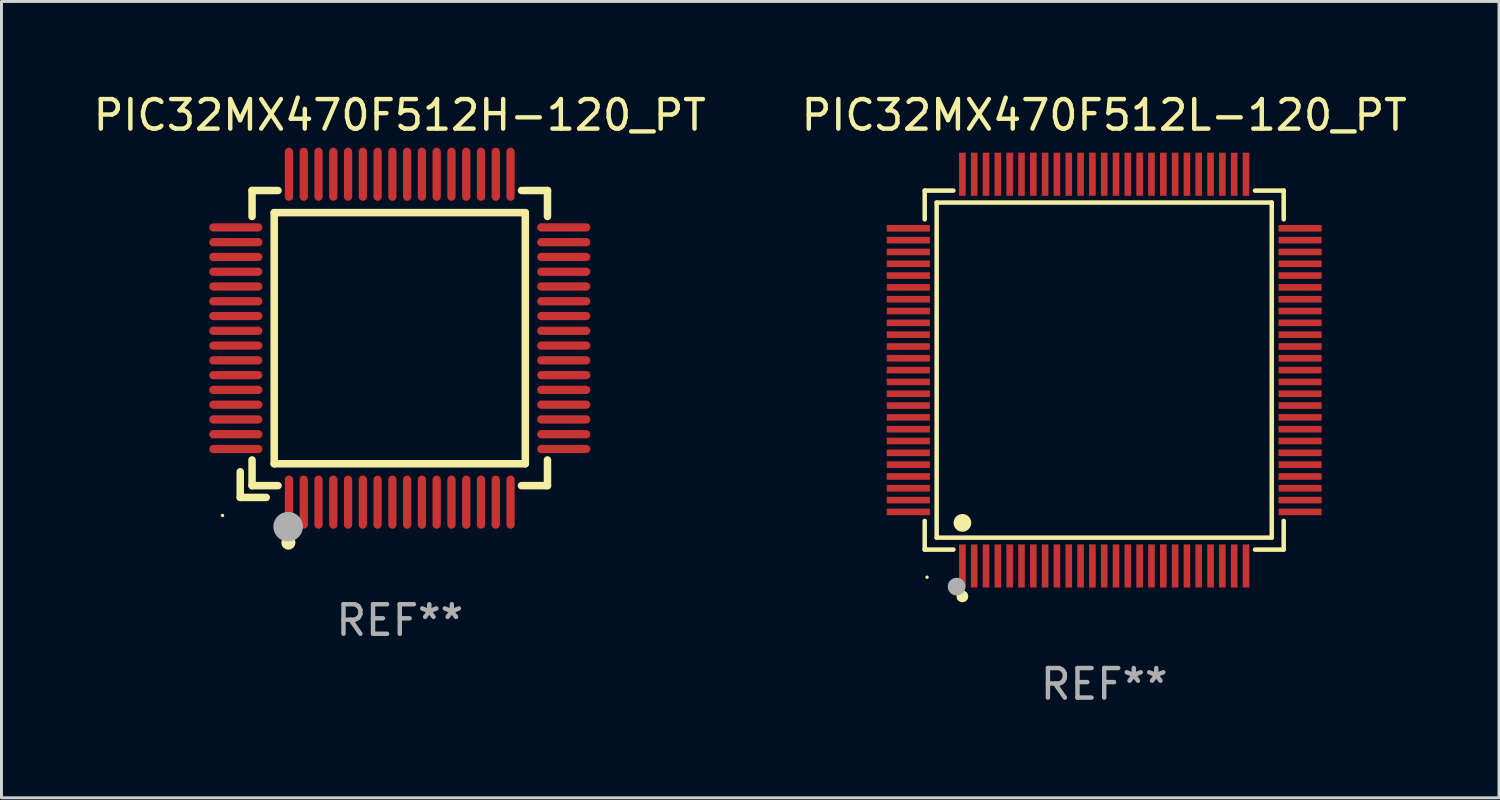
<source format=kicad_pcb>
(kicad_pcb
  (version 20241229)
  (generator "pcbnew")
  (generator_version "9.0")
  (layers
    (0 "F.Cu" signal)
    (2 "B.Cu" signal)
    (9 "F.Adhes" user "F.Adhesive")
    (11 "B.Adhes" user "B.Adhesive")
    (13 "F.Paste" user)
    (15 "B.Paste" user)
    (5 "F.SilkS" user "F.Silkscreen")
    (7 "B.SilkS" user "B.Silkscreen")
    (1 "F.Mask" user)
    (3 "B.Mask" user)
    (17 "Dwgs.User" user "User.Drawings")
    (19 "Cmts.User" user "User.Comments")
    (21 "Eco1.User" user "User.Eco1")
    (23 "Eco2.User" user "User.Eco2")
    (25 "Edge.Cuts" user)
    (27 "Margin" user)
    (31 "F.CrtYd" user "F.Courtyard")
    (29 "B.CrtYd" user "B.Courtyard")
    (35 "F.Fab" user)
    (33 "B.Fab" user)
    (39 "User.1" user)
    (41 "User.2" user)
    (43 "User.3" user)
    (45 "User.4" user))
  (footprint "PIC32MX470F512H-120_PT"
    (layer "F.Cu")
    (at 10.482 8.398)
    (property "Reference" "PIC32MX470F512H-120_PT" (at 0 -7.55 0) (layer "F.SilkS") (effects (font (size 1 1) (thickness 0.15))))
    (attr through_hole)
    (fp_line (start -5.4 4.521) (end -5.4 5.39) (stroke (width 0.254) (type solid)) (layer "F.SilkS"))
    (fp_line (start -5.4 5.39) (end -4.521 5.39) (stroke (width 0.254) (type solid)) (layer "F.SilkS"))
    (fp_line (start -5 -5) (end -5 -4.121) (stroke (width 0.254) (type solid)) (layer "F.SilkS"))
    (fp_line (start -5 4.121) (end -5 4.99) (stroke (width 0.254) (type solid)) (layer "F.SilkS"))
    (fp_line (start -5 4.99) (end -4.121 4.99) (stroke (width 0.254) (type solid)) (layer "F.SilkS"))
    (fp_line (start -4.25 -4.25) (end -4.25 4.25) (stroke (width 0.254) (type solid)) (layer "F.SilkS"))
    (fp_line (start -4.25 4.25) (end 4.25 4.25) (stroke (width 0.254) (type solid)) (layer "F.SilkS"))
    (fp_line (start -4.121 -5) (end -5 -5) (stroke (width 0.254) (type solid)) (layer "F.SilkS"))
    (fp_line (start 4.121 4.99) (end 5 4.99) (stroke (width 0.254) (type solid)) (layer "F.SilkS"))
    (fp_line (start 4.25 -4.25) (end -4.25 -4.25) (stroke (width 0.254) (type solid)) (layer "F.SilkS"))
    (fp_line (start 4.25 4.25) (end 4.25 -4.25) (stroke (width 0.254) (type solid)) (layer "F.SilkS"))
    (fp_line (start 5 -5) (end 4.121 -5) (stroke (width 0.254) (type solid)) (layer "F.SilkS"))
    (fp_line (start 5 -4.121) (end 5 -5) (stroke (width 0.254) (type solid)) (layer "F.SilkS"))
    (fp_line (start 5 4.99) (end 5 4.121) (stroke (width 0.254) (type solid)) (layer "F.SilkS"))
    (fp_circle (center -6 6) (end -5.97 6) (stroke (width 0.06) (type solid)) (fill no) (layer "F.SilkS"))
    (fp_circle (center -3.77 6.92) (end -3.65 6.92) (stroke (width 0.24) (type solid)) (fill no) (layer "F.SilkS"))
    (fp_circle (center -3.78 6.38) (end -3.53 6.38) (stroke (width 0.5) (type solid)) (fill no) (layer "F.Fab"))
    (fp_text user "REF**" (at 0 9.55 0) (layer "F.Fab") (effects (font (size 1 1) (thickness 0.15))))
    (pad "1" smd oval (at -3.75 5.55) (size 0.28 1.8) (layers "F.Cu" "F.Mask" "F.Paste"))
    (pad "2" smd oval (at -3.25 5.55) (size 0.28 1.8) (layers "F.Cu" "F.Mask" "F.Paste"))
    (pad "3" smd oval (at -2.75 5.55) (size 0.28 1.8) (layers "F.Cu" "F.Mask" "F.Paste"))
    (pad "4" smd oval (at -2.25 5.55) (size 0.28 1.8) (layers "F.Cu" "F.Mask" "F.Paste"))
    (pad "5" smd oval (at -1.75 5.55) (size 0.28 1.8) (layers "F.Cu" "F.Mask" "F.Paste"))
    (pad "6" smd oval (at -1.25 5.55) (size 0.28 1.8) (layers "F.Cu" "F.Mask" "F.Paste"))
    (pad "7" smd oval (at -0.75 5.55) (size 0.28 1.8) (layers "F.Cu" "F.Mask" "F.Paste"))
    (pad "8" smd oval (at -0.25 5.55) (size 0.28 1.8) (layers "F.Cu" "F.Mask" "F.Paste"))
    (pad "9" smd oval (at 0.25 5.55) (size 0.28 1.8) (layers "F.Cu" "F.Mask" "F.Paste"))
    (pad "10" smd oval (at 0.75 5.55) (size 0.28 1.8) (layers "F.Cu" "F.Mask" "F.Paste"))
    (pad "11" smd oval (at 1.25 5.55) (size 0.28 1.8) (layers "F.Cu" "F.Mask" "F.Paste"))
    (pad "12" smd oval (at 1.75 5.55) (size 0.28 1.8) (layers "F.Cu" "F.Mask" "F.Paste"))
    (pad "13" smd oval (at 2.25 5.55) (size 0.28 1.8) (layers "F.Cu" "F.Mask" "F.Paste"))
    (pad "14" smd oval (at 2.75 5.55) (size 0.28 1.8) (layers "F.Cu" "F.Mask" "F.Paste"))
    (pad "15" smd oval (at 3.25 5.55) (size 0.28 1.8) (layers "F.Cu" "F.Mask" "F.Paste"))
    (pad "16" smd oval (at 3.75 5.55) (size 0.28 1.8) (layers "F.Cu" "F.Mask" "F.Paste"))
    (pad "17" smd oval (at 5.55 3.75) (size 1.8 0.28) (layers "F.Cu" "F.Mask" "F.Paste"))
    (pad "18" smd oval (at 5.55 3.25) (size 1.8 0.28) (layers "F.Cu" "F.Mask" "F.Paste"))
    (pad "19" smd oval (at 5.55 2.75) (size 1.8 0.28) (layers "F.Cu" "F.Mask" "F.Paste"))
    (pad "20" smd oval (at 5.55 2.25) (size 1.8 0.28) (layers "F.Cu" "F.Mask" "F.Paste"))
    (pad "21" smd oval (at 5.55 1.75) (size 1.8 0.28) (layers "F.Cu" "F.Mask" "F.Paste"))
    (pad "22" smd oval (at 5.55 1.25) (size 1.8 0.28) (layers "F.Cu" "F.Mask" "F.Paste"))
    (pad "23" smd oval (at 5.55 0.75) (size 1.8 0.28) (layers "F.Cu" "F.Mask" "F.Paste"))
    (pad "24" smd oval (at 5.55 0.25) (size 1.8 0.28) (layers "F.Cu" "F.Mask" "F.Paste"))
    (pad "25" smd oval (at 5.55 -0.25) (size 1.8 0.28) (layers "F.Cu" "F.Mask" "F.Paste"))
    (pad "26" smd oval (at 5.55 -0.75) (size 1.8 0.28) (layers "F.Cu" "F.Mask" "F.Paste"))
    (pad "27" smd oval (at 5.55 -1.25) (size 1.8 0.28) (layers "F.Cu" "F.Mask" "F.Paste"))
    (pad "28" smd oval (at 5.55 -1.75) (size 1.8 0.28) (layers "F.Cu" "F.Mask" "F.Paste"))
    (pad "29" smd oval (at 5.55 -2.25) (size 1.8 0.28) (layers "F.Cu" "F.Mask" "F.Paste"))
    (pad "30" smd oval (at 5.55 -2.75) (size 1.8 0.28) (layers "F.Cu" "F.Mask" "F.Paste"))
    (pad "31" smd oval (at 5.55 -3.25) (size 1.8 0.28) (layers "F.Cu" "F.Mask" "F.Paste"))
    (pad "32" smd oval (at 5.55 -3.75) (size 1.8 0.28) (layers "F.Cu" "F.Mask" "F.Paste"))
    (pad "33" smd oval (at 3.75 -5.55) (size 0.28 1.8) (layers "F.Cu" "F.Mask" "F.Paste"))
    (pad "34" smd oval (at 3.25 -5.55) (size 0.28 1.8) (layers "F.Cu" "F.Mask" "F.Paste"))
    (pad "35" smd oval (at 2.75 -5.55) (size 0.28 1.8) (layers "F.Cu" "F.Mask" "F.Paste"))
    (pad "36" smd oval (at 2.25 -5.55) (size 0.28 1.8) (layers "F.Cu" "F.Mask" "F.Paste"))
    (pad "37" smd oval (at 1.75 -5.55) (size 0.28 1.8) (layers "F.Cu" "F.Mask" "F.Paste"))
    (pad "38" smd oval (at 1.25 -5.55) (size 0.28 1.8) (layers "F.Cu" "F.Mask" "F.Paste"))
    (pad "39" smd oval (at 0.75 -5.55) (size 0.28 1.8) (layers "F.Cu" "F.Mask" "F.Paste"))
    (pad "40" smd oval (at 0.25 -5.55) (size 0.28 1.8) (layers "F.Cu" "F.Mask" "F.Paste"))
    (pad "41" smd oval (at -0.25 -5.55) (size 0.28 1.8) (layers "F.Cu" "F.Mask" "F.Paste"))
    (pad "42" smd oval (at -0.75 -5.55) (size 0.28 1.8) (layers "F.Cu" "F.Mask" "F.Paste"))
    (pad "43" smd oval (at -1.25 -5.55) (size 0.28 1.8) (layers "F.Cu" "F.Mask" "F.Paste"))
    (pad "44" smd oval (at -1.75 -5.55) (size 0.28 1.8) (layers "F.Cu" "F.Mask" "F.Paste"))
    (pad "45" smd oval (at -2.25 -5.55) (size 0.28 1.8) (layers "F.Cu" "F.Mask" "F.Paste"))
    (pad "46" smd oval (at -2.75 -5.55) (size 0.28 1.8) (layers "F.Cu" "F.Mask" "F.Paste"))
    (pad "47" smd oval (at -3.25 -5.55) (size 0.28 1.8) (layers "F.Cu" "F.Mask" "F.Paste"))
    (pad "48" smd oval (at -3.75 -5.55) (size 0.28 1.8) (layers "F.Cu" "F.Mask" "F.Paste"))
    (pad "49" smd oval (at -5.55 -3.75) (size 1.8 0.28) (layers "F.Cu" "F.Mask" "F.Paste"))
    (pad "50" smd oval (at -5.55 -3.25) (size 1.8 0.28) (layers "F.Cu" "F.Mask" "F.Paste"))
    (pad "51" smd oval (at -5.55 -2.75) (size 1.8 0.28) (layers "F.Cu" "F.Mask" "F.Paste"))
    (pad "52" smd oval (at -5.55 -2.25) (size 1.8 0.28) (layers "F.Cu" "F.Mask" "F.Paste"))
    (pad "53" smd oval (at -5.55 -1.75) (size 1.8 0.28) (layers "F.Cu" "F.Mask" "F.Paste"))
    (pad "54" smd oval (at -5.55 -1.25) (size 1.8 0.28) (layers "F.Cu" "F.Mask" "F.Paste"))
    (pad "55" smd oval (at -5.55 -0.75) (size 1.8 0.28) (layers "F.Cu" "F.Mask" "F.Paste"))
    (pad "56" smd oval (at -5.55 -0.25) (size 1.8 0.28) (layers "F.Cu" "F.Mask" "F.Paste"))
    (pad "57" smd oval (at -5.55 0.25) (size 1.8 0.28) (layers "F.Cu" "F.Mask" "F.Paste"))
    (pad "58" smd oval (at -5.55 0.75) (size 1.8 0.28) (layers "F.Cu" "F.Mask" "F.Paste"))
    (pad "59" smd oval (at -5.55 1.25) (size 1.8 0.28) (layers "F.Cu" "F.Mask" "F.Paste"))
    (pad "60" smd oval (at -5.55 1.75) (size 1.8 0.28) (layers "F.Cu" "F.Mask" "F.Paste"))
    (pad "61" smd oval (at -5.55 2.25) (size 1.8 0.28) (layers "F.Cu" "F.Mask" "F.Paste"))
    (pad "62" smd oval (at -5.55 2.75) (size 1.8 0.28) (layers "F.Cu" "F.Mask" "F.Paste"))
    (pad "63" smd oval (at -5.55 3.25) (size 1.8 0.28) (layers "F.Cu" "F.Mask" "F.Paste"))
    (pad "64" smd oval (at -5.55 3.75) (size 1.8 0.28) (layers "F.Cu" "F.Mask" "F.Paste")))
  (footprint "PIC32MX470F512L-120_PT"
    (layer "F.Cu")
    (at 34.327 9.478)
    (property "Reference" "PIC32MX470F512L-120_PT" (at 0 -8.63 0) (layer "F.SilkS") (effects (font (size 1 1) (thickness 0.15))))
    (attr through_hole)
    (fp_line (start -6.076 -6.076) (end -5.103 -6.076) (stroke (width 0.152) (type solid)) (layer "F.SilkS"))
    (fp_line (start -6.076 -5.103) (end -6.076 -6.076) (stroke (width 0.152) (type solid)) (layer "F.SilkS"))
    (fp_line (start -6.076 5.103) (end -6.076 6.076) (stroke (width 0.152) (type solid)) (layer "F.SilkS"))
    (fp_line (start -6.076 6.076) (end -5.103 6.076) (stroke (width 0.152) (type solid)) (layer "F.SilkS"))
    (fp_line (start -5.671 -5.671) (end 5.671 -5.671) (stroke (width 0.152) (type solid)) (layer "F.SilkS"))
    (fp_line (start -5.671 5.671) (end -5.671 -5.671) (stroke (width 0.152) (type solid)) (layer "F.SilkS"))
    (fp_line (start 5.671 -5.671) (end 5.671 5.671) (stroke (width 0.152) (type solid)) (layer "F.SilkS"))
    (fp_line (start 5.671 5.671) (end -5.671 5.671) (stroke (width 0.152) (type solid)) (layer "F.SilkS"))
    (fp_line (start 6.076 -6.076) (end 5.103 -6.076) (stroke (width 0.152) (type solid)) (layer "F.SilkS"))
    (fp_line (start 6.076 -5.103) (end 6.076 -6.076) (stroke (width 0.152) (type solid)) (layer "F.SilkS"))
    (fp_line (start 6.076 5.103) (end 6.076 6.076) (stroke (width 0.152) (type solid)) (layer "F.SilkS"))
    (fp_line (start 6.076 6.076) (end 5.103 6.076) (stroke (width 0.152) (type solid)) (layer "F.SilkS"))
    (fp_circle (center -5.997 7.01) (end -5.967 7.01) (stroke (width 0.06) (type solid)) (fill no) (layer "F.SilkS"))
    (fp_circle (center -4.8 5.171) (end -4.65 5.171) (stroke (width 0.3) (type solid)) (fill no) (layer "F.SilkS"))
    (fp_circle (center -4.8 7.66) (end -4.7 7.66) (stroke (width 0.2) (type solid)) (fill no) (layer "F.SilkS"))
    (fp_circle (center -4.996 7.329) (end -4.846 7.329) (stroke (width 0.3) (type solid)) (fill no) (layer "F.Fab"))
    (fp_text user "REF**" (at 0 10.63 0) (layer "F.Fab") (effects (font (size 1 1) (thickness 0.15))))
    (pad "1" smd rect (at -4.8 6.63) (size 0.224 1.46) (layers "F.Cu" "F.Mask" "F.Paste"))
    (pad "2" smd rect (at -4.4 6.63) (size 0.224 1.46) (layers "F.Cu" "F.Mask" "F.Paste"))
    (pad "3" smd rect (at -4 6.63) (size 0.224 1.46) (layers "F.Cu" "F.Mask" "F.Paste"))
    (pad "4" smd rect (at -3.6 6.63) (size 0.224 1.46) (layers "F.Cu" "F.Mask" "F.Paste"))
    (pad "5" smd rect (at -3.2 6.63) (size 0.224 1.46) (layers "F.Cu" "F.Mask" "F.Paste"))
    (pad "6" smd rect (at -2.8 6.63) (size 0.224 1.46) (layers "F.Cu" "F.Mask" "F.Paste"))
    (pad "7" smd rect (at -2.4 6.63) (size 0.224 1.46) (layers "F.Cu" "F.Mask" "F.Paste"))
    (pad "8" smd rect (at -2 6.63) (size 0.224 1.46) (layers "F.Cu" "F.Mask" "F.Paste"))
    (pad "9" smd rect (at -1.6 6.63) (size 0.224 1.46) (layers "F.Cu" "F.Mask" "F.Paste"))
    (pad "10" smd rect (at -1.2 6.63) (size 0.224 1.46) (layers "F.Cu" "F.Mask" "F.Paste"))
    (pad "11" smd rect (at -0.8 6.63) (size 0.224 1.46) (layers "F.Cu" "F.Mask" "F.Paste"))
    (pad "12" smd rect (at -0.4 6.63) (size 0.224 1.46) (layers "F.Cu" "F.Mask" "F.Paste"))
    (pad "13" smd rect (at 0 6.63) (size 0.224 1.46) (layers "F.Cu" "F.Mask" "F.Paste"))
    (pad "14" smd rect (at 0.4 6.63) (size 0.224 1.46) (layers "F.Cu" "F.Mask" "F.Paste"))
    (pad "15" smd rect (at 0.8 6.63) (size 0.224 1.46) (layers "F.Cu" "F.Mask" "F.Paste"))
    (pad "16" smd rect (at 1.2 6.63) (size 0.224 1.46) (layers "F.Cu" "F.Mask" "F.Paste"))
    (pad "17" smd rect (at 1.6 6.63) (size 0.224 1.46) (layers "F.Cu" "F.Mask" "F.Paste"))
    (pad "18" smd rect (at 2 6.63) (size 0.224 1.46) (layers "F.Cu" "F.Mask" "F.Paste"))
    (pad "19" smd rect (at 2.4 6.63) (size 0.224 1.46) (layers "F.Cu" "F.Mask" "F.Paste"))
    (pad "20" smd rect (at 2.8 6.63) (size 0.224 1.46) (layers "F.Cu" "F.Mask" "F.Paste"))
    (pad "21" smd rect (at 3.2 6.63) (size 0.224 1.46) (layers "F.Cu" "F.Mask" "F.Paste"))
    (pad "22" smd rect (at 3.6 6.63) (size 0.224 1.46) (layers "F.Cu" "F.Mask" "F.Paste"))
    (pad "23" smd rect (at 4 6.63) (size 0.224 1.46) (layers "F.Cu" "F.Mask" "F.Paste"))
    (pad "24" smd rect (at 4.4 6.63) (size 0.224 1.46) (layers "F.Cu" "F.Mask" "F.Paste"))
    (pad "25" smd rect (at 4.8 6.63) (size 0.224 1.46) (layers "F.Cu" "F.Mask" "F.Paste"))
    (pad "26" smd rect (at 6.63 4.8) (size 1.46 0.224) (layers "F.Cu" "F.Mask" "F.Paste"))
    (pad "27" smd rect (at 6.63 4.4) (size 1.46 0.224) (layers "F.Cu" "F.Mask" "F.Paste"))
    (pad "28" smd rect (at 6.63 4) (size 1.46 0.224) (layers "F.Cu" "F.Mask" "F.Paste"))
    (pad "29" smd rect (at 6.63 3.6) (size 1.46 0.224) (layers "F.Cu" "F.Mask" "F.Paste"))
    (pad "30" smd rect (at 6.63 3.2) (size 1.46 0.224) (layers "F.Cu" "F.Mask" "F.Paste"))
    (pad "31" smd rect (at 6.63 2.8) (size 1.46 0.224) (layers "F.Cu" "F.Mask" "F.Paste"))
    (pad "32" smd rect (at 6.63 2.4) (size 1.46 0.224) (layers "F.Cu" "F.Mask" "F.Paste"))
    (pad "33" smd rect (at 6.63 2) (size 1.46 0.224) (layers "F.Cu" "F.Mask" "F.Paste"))
    (pad "34" smd rect (at 6.63 1.6) (size 1.46 0.224) (layers "F.Cu" "F.Mask" "F.Paste"))
    (pad "35" smd rect (at 6.63 1.2) (size 1.46 0.224) (layers "F.Cu" "F.Mask" "F.Paste"))
    (pad "36" smd rect (at 6.63 0.8) (size 1.46 0.224) (layers "F.Cu" "F.Mask" "F.Paste"))
    (pad "37" smd rect (at 6.63 0.4) (size 1.46 0.224) (layers "F.Cu" "F.Mask" "F.Paste"))
    (pad "38" smd rect (at 6.63 0) (size 1.46 0.224) (layers "F.Cu" "F.Mask" "F.Paste"))
    (pad "39" smd rect (at 6.63 -0.4) (size 1.46 0.224) (layers "F.Cu" "F.Mask" "F.Paste"))
    (pad "40" smd rect (at 6.63 -0.8) (size 1.46 0.224) (layers "F.Cu" "F.Mask" "F.Paste"))
    (pad "41" smd rect (at 6.63 -1.2) (size 1.46 0.224) (layers "F.Cu" "F.Mask" "F.Paste"))
    (pad "42" smd rect (at 6.63 -1.6) (size 1.46 0.224) (layers "F.Cu" "F.Mask" "F.Paste"))
    (pad "43" smd rect (at 6.63 -2) (size 1.46 0.224) (layers "F.Cu" "F.Mask" "F.Paste"))
    (pad "44" smd rect (at 6.63 -2.4) (size 1.46 0.224) (layers "F.Cu" "F.Mask" "F.Paste"))
    (pad "45" smd rect (at 6.63 -2.8) (size 1.46 0.224) (layers "F.Cu" "F.Mask" "F.Paste"))
    (pad "46" smd rect (at 6.63 -3.2) (size 1.46 0.224) (layers "F.Cu" "F.Mask" "F.Paste"))
    (pad "47" smd rect (at 6.63 -3.6) (size 1.46 0.224) (layers "F.Cu" "F.Mask" "F.Paste"))
    (pad "48" smd rect (at 6.63 -4) (size 1.46 0.224) (layers "F.Cu" "F.Mask" "F.Paste"))
    (pad "49" smd rect (at 6.63 -4.4) (size 1.46 0.224) (layers "F.Cu" "F.Mask" "F.Paste"))
    (pad "50" smd rect (at 6.63 -4.8) (size 1.46 0.224) (layers "F.Cu" "F.Mask" "F.Paste"))
    (pad "51" smd rect (at 4.8 -6.63) (size 0.224 1.46) (layers "F.Cu" "F.Mask" "F.Paste"))
    (pad "52" smd rect (at 4.4 -6.63) (size 0.224 1.46) (layers "F.Cu" "F.Mask" "F.Paste"))
    (pad "53" smd rect (at 4 -6.63) (size 0.224 1.46) (layers "F.Cu" "F.Mask" "F.Paste"))
    (pad "54" smd rect (at 3.6 -6.63) (size 0.224 1.46) (layers "F.Cu" "F.Mask" "F.Paste"))
    (pad "55" smd rect (at 3.2 -6.63) (size 0.224 1.46) (layers "F.Cu" "F.Mask" "F.Paste"))
    (pad "56" smd rect (at 2.8 -6.63) (size 0.224 1.46) (layers "F.Cu" "F.Mask" "F.Paste"))
    (pad "57" smd rect (at 2.4 -6.63) (size 0.224 1.46) (layers "F.Cu" "F.Mask" "F.Paste"))
    (pad "58" smd rect (at 2 -6.63) (size 0.224 1.46) (layers "F.Cu" "F.Mask" "F.Paste"))
    (pad "59" smd rect (at 1.6 -6.63) (size 0.224 1.46) (layers "F.Cu" "F.Mask" "F.Paste"))
    (pad "60" smd rect (at 1.2 -6.63) (size 0.224 1.46) (layers "F.Cu" "F.Mask" "F.Paste"))
    (pad "61" smd rect (at 0.8 -6.63) (size 0.224 1.46) (layers "F.Cu" "F.Mask" "F.Paste"))
    (pad "62" smd rect (at 0.4 -6.63) (size 0.224 1.46) (layers "F.Cu" "F.Mask" "F.Paste"))
    (pad "63" smd rect (at 0 -6.63) (size 0.224 1.46) (layers "F.Cu" "F.Mask" "F.Paste"))
    (pad "64" smd rect (at -0.4 -6.63) (size 0.224 1.46) (layers "F.Cu" "F.Mask" "F.Paste"))
    (pad "65" smd rect (at -0.8 -6.63) (size 0.224 1.46) (layers "F.Cu" "F.Mask" "F.Paste"))
    (pad "66" smd rect (at -1.2 -6.63) (size 0.224 1.46) (layers "F.Cu" "F.Mask" "F.Paste"))
    (pad "67" smd rect (at -1.6 -6.63) (size 0.224 1.46) (layers "F.Cu" "F.Mask" "F.Paste"))
    (pad "68" smd rect (at -2 -6.63) (size 0.224 1.46) (layers "F.Cu" "F.Mask" "F.Paste"))
    (pad "69" smd rect (at -2.4 -6.63) (size 0.224 1.46) (layers "F.Cu" "F.Mask" "F.Paste"))
    (pad "70" smd rect (at -2.8 -6.63) (size 0.224 1.46) (layers "F.Cu" "F.Mask" "F.Paste"))
    (pad "71" smd rect (at -3.2 -6.63) (size 0.224 1.46) (layers "F.Cu" "F.Mask" "F.Paste"))
    (pad "72" smd rect (at -3.6 -6.63) (size 0.224 1.46) (layers "F.Cu" "F.Mask" "F.Paste"))
    (pad "73" smd rect (at -4 -6.63) (size 0.224 1.46) (layers "F.Cu" "F.Mask" "F.Paste"))
    (pad "74" smd rect (at -4.4 -6.63) (size 0.224 1.46) (layers "F.Cu" "F.Mask" "F.Paste"))
    (pad "75" smd rect (at -4.8 -6.63) (size 0.224 1.46) (layers "F.Cu" "F.Mask" "F.Paste"))
    (pad "76" smd rect (at -6.63 -4.8) (size 1.46 0.224) (layers "F.Cu" "F.Mask" "F.Paste"))
    (pad "77" smd rect (at -6.63 -4.4) (size 1.46 0.224) (layers "F.Cu" "F.Mask" "F.Paste"))
    (pad "78" smd rect (at -6.63 -4) (size 1.46 0.224) (layers "F.Cu" "F.Mask" "F.Paste"))
    (pad "79" smd rect (at -6.63 -3.6) (size 1.46 0.224) (layers "F.Cu" "F.Mask" "F.Paste"))
    (pad "80" smd rect (at -6.63 -3.2) (size 1.46 0.224) (layers "F.Cu" "F.Mask" "F.Paste"))
    (pad "81" smd rect (at -6.63 -2.8) (size 1.46 0.224) (layers "F.Cu" "F.Mask" "F.Paste"))
    (pad "82" smd rect (at -6.63 -2.4) (size 1.46 0.224) (layers "F.Cu" "F.Mask" "F.Paste"))
    (pad "83" smd rect (at -6.63 -2) (size 1.46 0.224) (layers "F.Cu" "F.Mask" "F.Paste"))
    (pad "84" smd rect (at -6.63 -1.6) (size 1.46 0.224) (layers "F.Cu" "F.Mask" "F.Paste"))
    (pad "85" smd rect (at -6.63 -1.2) (size 1.46 0.224) (layers "F.Cu" "F.Mask" "F.Paste"))
    (pad "86" smd rect (at -6.63 -0.8) (size 1.46 0.224) (layers "F.Cu" "F.Mask" "F.Paste"))
    (pad "87" smd rect (at -6.63 -0.4) (size 1.46 0.224) (layers "F.Cu" "F.Mask" "F.Paste"))
    (pad "88" smd rect (at -6.63 0) (size 1.46 0.224) (layers "F.Cu" "F.Mask" "F.Paste"))
    (pad "89" smd rect (at -6.63 0.4) (size 1.46 0.224) (layers "F.Cu" "F.Mask" "F.Paste"))
    (pad "90" smd rect (at -6.63 0.8) (size 1.46 0.224) (layers "F.Cu" "F.Mask" "F.Paste"))
    (pad "91" smd rect (at -6.63 1.2) (size 1.46 0.224) (layers "F.Cu" "F.Mask" "F.Paste"))
    (pad "92" smd rect (at -6.63 1.6) (size 1.46 0.224) (layers "F.Cu" "F.Mask" "F.Paste"))
    (pad "93" smd rect (at -6.63 2) (size 1.46 0.224) (layers "F.Cu" "F.Mask" "F.Paste"))
    (pad "94" smd rect (at -6.63 2.4) (size 1.46 0.224) (layers "F.Cu" "F.Mask" "F.Paste"))
    (pad "95" smd rect (at -6.63 2.8) (size 1.46 0.224) (layers "F.Cu" "F.Mask" "F.Paste"))
    (pad "96" smd rect (at -6.63 3.2) (size 1.46 0.224) (layers "F.Cu" "F.Mask" "F.Paste"))
    (pad "97" smd rect (at -6.63 3.6) (size 1.46 0.224) (layers "F.Cu" "F.Mask" "F.Paste"))
    (pad "98" smd rect (at -6.63 4) (size 1.46 0.224) (layers "F.Cu" "F.Mask" "F.Paste"))
    (pad "99" smd rect (at -6.63 4.4) (size 1.46 0.224) (layers "F.Cu" "F.Mask" "F.Paste"))
    (pad "100" smd rect (at -6.63 4.8) (size 1.46 0.224) (layers "F.Cu" "F.Mask" "F.Paste")))
  (gr_rect
    (start -3 -3)
    (end 47.69 23.956)
    (stroke (width 0.1) (type default))
    (fill no)
    (layer "Edge.Cuts")))
</source>
